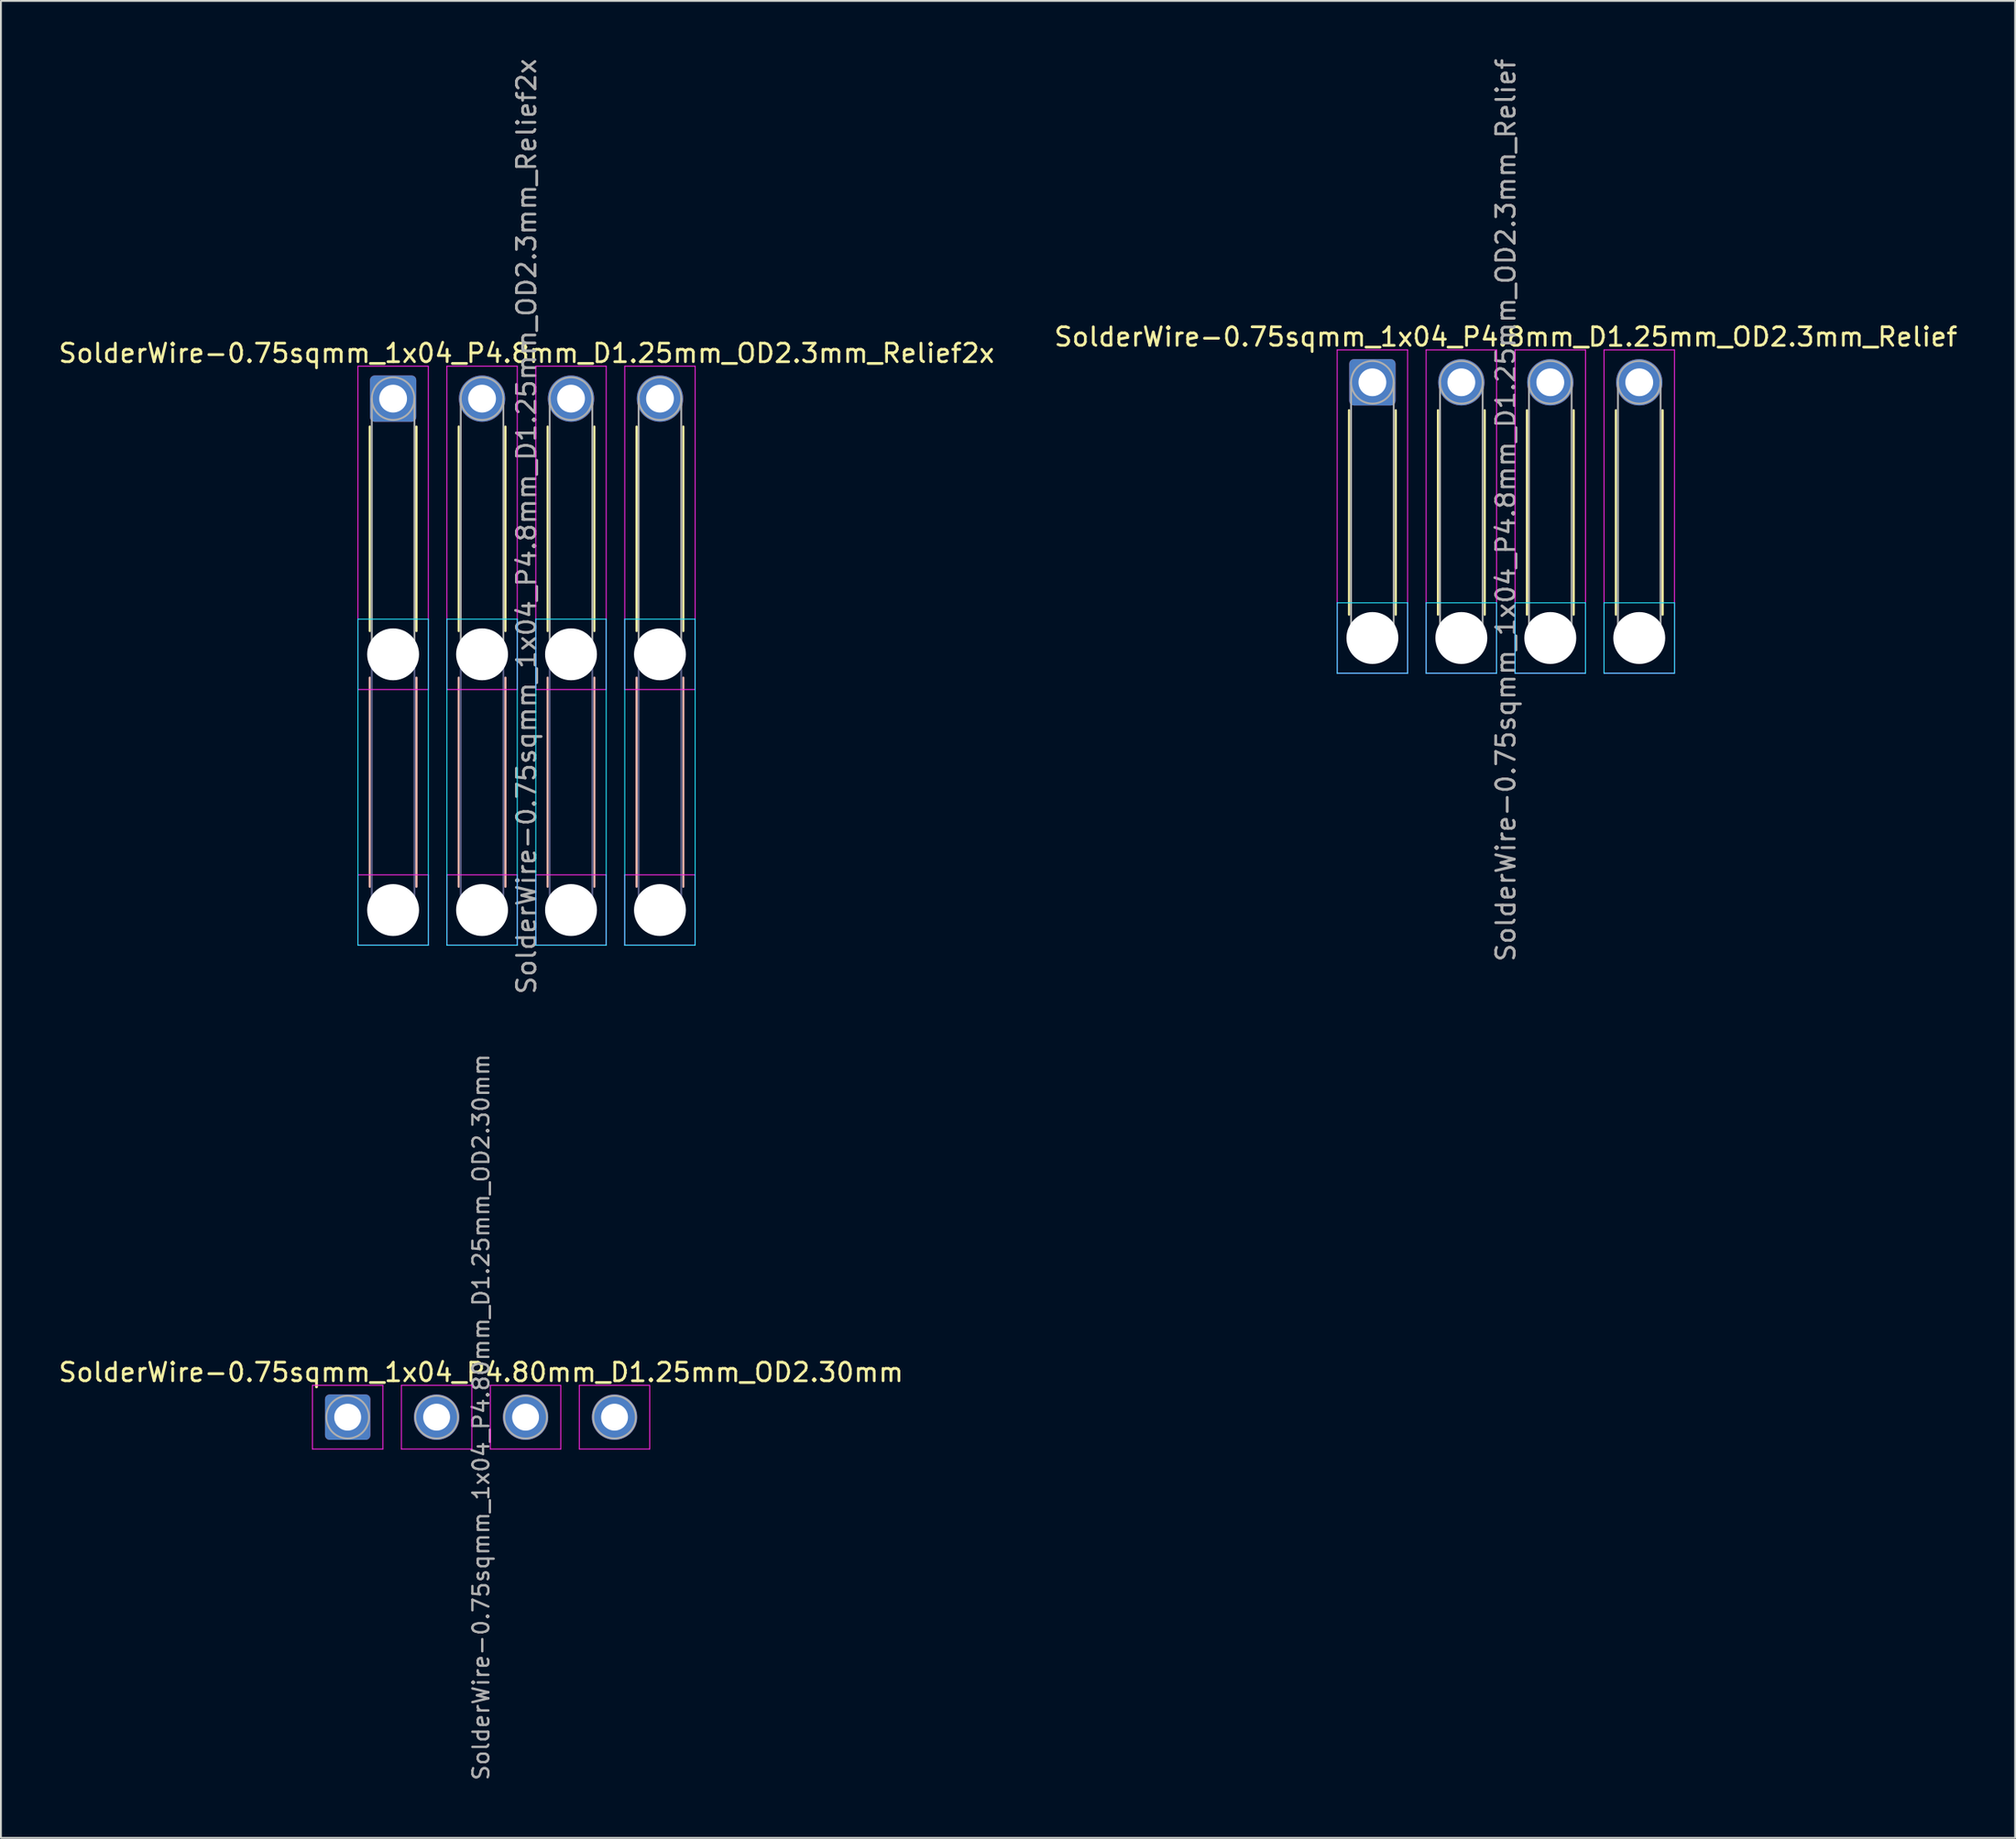
<source format=kicad_pcb>
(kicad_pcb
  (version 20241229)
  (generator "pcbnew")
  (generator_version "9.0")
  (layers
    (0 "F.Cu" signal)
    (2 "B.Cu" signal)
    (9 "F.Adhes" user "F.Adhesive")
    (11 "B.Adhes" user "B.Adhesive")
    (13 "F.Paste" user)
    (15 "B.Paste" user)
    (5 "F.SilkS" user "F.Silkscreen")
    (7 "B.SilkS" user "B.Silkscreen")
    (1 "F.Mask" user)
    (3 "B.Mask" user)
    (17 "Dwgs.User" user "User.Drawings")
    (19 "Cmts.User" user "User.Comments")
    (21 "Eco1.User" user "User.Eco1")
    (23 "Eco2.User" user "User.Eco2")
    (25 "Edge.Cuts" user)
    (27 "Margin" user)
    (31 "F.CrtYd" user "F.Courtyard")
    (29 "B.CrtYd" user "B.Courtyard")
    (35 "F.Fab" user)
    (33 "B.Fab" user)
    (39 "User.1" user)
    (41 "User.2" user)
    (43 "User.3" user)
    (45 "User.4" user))
  (footprint "SolderWire-0.75sqmm_1x04_P4.8mm_D1.25mm_OD2.3mm_Relief"
    (layer "F.Cu")
    (at 71.008 17.582)
    (property "Reference" "SolderWire-0.75sqmm_1x04_P4.8mm_D1.25mm_OD2.3mm_Relief" (at 7.2 -2.45 0) (layer "F.SilkS") (effects (font (size 1 1) (thickness 0.15))))
    (attr exclude_from_pos_files exclude_from_bom)
    (fp_line (start -1.26 1.51) (end -1.26 12.54) (stroke (width 0.12) (type solid)) (layer "F.SilkS"))
    (fp_line (start 1.26 1.51) (end 1.26 12.54) (stroke (width 0.12) (type solid)) (layer "F.SilkS"))
    (fp_line (start 3.54 1.51) (end 3.54 12.54) (stroke (width 0.12) (type solid)) (layer "F.SilkS"))
    (fp_line (start 6.06 1.51) (end 6.06 12.54) (stroke (width 0.12) (type solid)) (layer "F.SilkS"))
    (fp_line (start 8.34 1.51) (end 8.34 12.54) (stroke (width 0.12) (type solid)) (layer "F.SilkS"))
    (fp_line (start 10.86 1.51) (end 10.86 12.54) (stroke (width 0.12) (type solid)) (layer "F.SilkS"))
    (fp_line (start 13.14 1.51) (end 13.14 12.54) (stroke (width 0.12) (type solid)) (layer "F.SilkS"))
    (fp_line (start 15.66 1.51) (end 15.66 12.54) (stroke (width 0.12) (type solid)) (layer "F.SilkS"))
    (fp_line (start -1.9 11.9) (end -1.9 15.7) (stroke (width 0.05) (type solid)) (layer "B.CrtYd"))
    (fp_line (start -1.9 15.7) (end 1.9 15.7) (stroke (width 0.05) (type solid)) (layer "B.CrtYd"))
    (fp_line (start 1.9 11.9) (end -1.9 11.9) (stroke (width 0.05) (type solid)) (layer "B.CrtYd"))
    (fp_line (start 1.9 15.7) (end 1.9 11.9) (stroke (width 0.05) (type solid)) (layer "B.CrtYd"))
    (fp_line (start 2.9 11.9) (end 2.9 15.7) (stroke (width 0.05) (type solid)) (layer "B.CrtYd"))
    (fp_line (start 2.9 15.7) (end 6.7 15.7) (stroke (width 0.05) (type solid)) (layer "B.CrtYd"))
    (fp_line (start 6.7 11.9) (end 2.9 11.9) (stroke (width 0.05) (type solid)) (layer "B.CrtYd"))
    (fp_line (start 6.7 15.7) (end 6.7 11.9) (stroke (width 0.05) (type solid)) (layer "B.CrtYd"))
    (fp_line (start 7.7 11.9) (end 7.7 15.7) (stroke (width 0.05) (type solid)) (layer "B.CrtYd"))
    (fp_line (start 7.7 15.7) (end 11.5 15.7) (stroke (width 0.05) (type solid)) (layer "B.CrtYd"))
    (fp_line (start 11.5 11.9) (end 7.7 11.9) (stroke (width 0.05) (type solid)) (layer "B.CrtYd"))
    (fp_line (start 11.5 15.7) (end 11.5 11.9) (stroke (width 0.05) (type solid)) (layer "B.CrtYd"))
    (fp_line (start 12.5 11.9) (end 12.5 15.7) (stroke (width 0.05) (type solid)) (layer "B.CrtYd"))
    (fp_line (start 12.5 15.7) (end 16.3 15.7) (stroke (width 0.05) (type solid)) (layer "B.CrtYd"))
    (fp_line (start 16.3 11.9) (end 12.5 11.9) (stroke (width 0.05) (type solid)) (layer "B.CrtYd"))
    (fp_line (start 16.3 15.7) (end 16.3 11.9) (stroke (width 0.05) (type solid)) (layer "B.CrtYd"))
    (fp_line (start -1.9 -1.75) (end -1.9 15.7) (stroke (width 0.05) (type solid)) (layer "F.CrtYd"))
    (fp_line (start -1.9 15.7) (end 1.9 15.7) (stroke (width 0.05) (type solid)) (layer "F.CrtYd"))
    (fp_line (start 1.9 -1.75) (end -1.9 -1.75) (stroke (width 0.05) (type solid)) (layer "F.CrtYd"))
    (fp_line (start 1.9 15.7) (end 1.9 -1.75) (stroke (width 0.05) (type solid)) (layer "F.CrtYd"))
    (fp_line (start 2.9 -1.75) (end 2.9 15.7) (stroke (width 0.05) (type solid)) (layer "F.CrtYd"))
    (fp_line (start 2.9 15.7) (end 6.7 15.7) (stroke (width 0.05) (type solid)) (layer "F.CrtYd"))
    (fp_line (start 6.7 -1.75) (end 2.9 -1.75) (stroke (width 0.05) (type solid)) (layer "F.CrtYd"))
    (fp_line (start 6.7 15.7) (end 6.7 -1.75) (stroke (width 0.05) (type solid)) (layer "F.CrtYd"))
    (fp_line (start 7.7 -1.75) (end 7.7 15.7) (stroke (width 0.05) (type solid)) (layer "F.CrtYd"))
    (fp_line (start 7.7 15.7) (end 11.5 15.7) (stroke (width 0.05) (type solid)) (layer "F.CrtYd"))
    (fp_line (start 11.5 -1.75) (end 7.7 -1.75) (stroke (width 0.05) (type solid)) (layer "F.CrtYd"))
    (fp_line (start 11.5 15.7) (end 11.5 -1.75) (stroke (width 0.05) (type solid)) (layer "F.CrtYd"))
    (fp_line (start 12.5 -1.75) (end 12.5 15.7) (stroke (width 0.05) (type solid)) (layer "F.CrtYd"))
    (fp_line (start 12.5 15.7) (end 16.3 15.7) (stroke (width 0.05) (type solid)) (layer "F.CrtYd"))
    (fp_line (start 16.3 -1.75) (end 12.5 -1.75) (stroke (width 0.05) (type solid)) (layer "F.CrtYd"))
    (fp_line (start 16.3 15.7) (end 16.3 -1.75) (stroke (width 0.05) (type solid)) (layer "F.CrtYd"))
    (fp_line (start -1.15 0) (end -1.15 13.8) (stroke (width 0.1) (type solid)) (layer "F.Fab"))
    (fp_line (start 1.15 0) (end 1.15 13.8) (stroke (width 0.1) (type solid)) (layer "F.Fab"))
    (fp_line (start 3.65 0) (end 3.65 13.8) (stroke (width 0.1) (type solid)) (layer "F.Fab"))
    (fp_line (start 5.95 0) (end 5.95 13.8) (stroke (width 0.1) (type solid)) (layer "F.Fab"))
    (fp_line (start 8.45 0) (end 8.45 13.8) (stroke (width 0.1) (type solid)) (layer "F.Fab"))
    (fp_line (start 10.75 0) (end 10.75 13.8) (stroke (width 0.1) (type solid)) (layer "F.Fab"))
    (fp_line (start 13.25 0) (end 13.25 13.8) (stroke (width 0.1) (type solid)) (layer "F.Fab"))
    (fp_line (start 15.55 0) (end 15.55 13.8) (stroke (width 0.1) (type solid)) (layer "F.Fab"))
    (fp_circle (center 0 0) (end 1.15 0) (stroke (width 0.1) (type solid)) (fill no) (layer "F.Fab"))
    (fp_circle (center 0 13.8) (end 1.15 13.8) (stroke (width 0.1) (type solid)) (fill no) (layer "F.Fab"))
    (fp_circle (center 4.8 0) (end 5.95 0) (stroke (width 0.1) (type solid)) (fill no) (layer "F.Fab"))
    (fp_circle (center 4.8 13.8) (end 5.95 13.8) (stroke (width 0.1) (type solid)) (fill no) (layer "F.Fab"))
    (fp_circle (center 9.6 0) (end 10.75 0) (stroke (width 0.1) (type solid)) (fill no) (layer "F.Fab"))
    (fp_circle (center 9.6 13.8) (end 10.75 13.8) (stroke (width 0.1) (type solid)) (fill no) (layer "F.Fab"))
    (fp_circle (center 14.4 0) (end 15.55 0) (stroke (width 0.1) (type solid)) (fill no) (layer "F.Fab"))
    (fp_circle (center 14.4 13.8) (end 15.55 13.8) (stroke (width 0.1) (type solid)) (fill no) (layer "F.Fab"))
    (fp_text user "${REFERENCE}" (at 7.2 6.9 90) (layer "F.Fab") (effects (font (size 1 1) (thickness 0.15))))
    (pad "" np_thru_hole circle (at 0 13.8) (size 2.8 2.8) (drill 2.8) (layers "*.Cu" "*.Mask"))
    (pad "" np_thru_hole circle (at 4.8 13.8) (size 2.8 2.8) (drill 2.8) (layers "*.Cu" "*.Mask"))
    (pad "" np_thru_hole circle (at 9.6 13.8) (size 2.8 2.8) (drill 2.8) (layers "*.Cu" "*.Mask"))
    (pad "" np_thru_hole circle (at 14.4 13.8) (size 2.8 2.8) (drill 2.8) (layers "*.Cu" "*.Mask"))
    (pad "1" thru_hole roundrect (at 0 0) (size 2.5 2.5) (drill 1.5) (layers "*.Cu" "*.Mask") (roundrect_rratio 0.1))
    (pad "2" thru_hole circle (at 4.8 0) (size 2.5 2.5) (drill 1.5) (layers "*.Cu" "*.Mask"))
    (pad "3" thru_hole circle (at 9.6 0) (size 2.5 2.5) (drill 1.5) (layers "*.Cu" "*.Mask"))
    (pad "4" thru_hole circle (at 14.4 0) (size 2.5 2.5) (drill 1.5) (layers "*.Cu" "*.Mask")))
  (footprint "SolderWire-0.75sqmm_1x04_P4.80mm_D1.25mm_OD2.30mm"
    (layer "F.Cu")
    (at 15.711 73.431)
    (property "Reference" "SolderWire-0.75sqmm_1x04_P4.80mm_D1.25mm_OD2.30mm" (at 7.2 -2.42 0) (layer "F.SilkS") (effects (font (size 1 1) (thickness 0.15))))
    (attr exclude_from_pos_files exclude_from_bom)
    (fp_line (start -1.9 -1.72) (end -1.9 1.72) (stroke (width 0.05) (type solid)) (layer "F.CrtYd"))
    (fp_line (start -1.9 1.72) (end 1.9 1.72) (stroke (width 0.05) (type solid)) (layer "F.CrtYd"))
    (fp_line (start 1.9 -1.72) (end -1.9 -1.72) (stroke (width 0.05) (type solid)) (layer "F.CrtYd"))
    (fp_line (start 1.9 1.72) (end 1.9 -1.72) (stroke (width 0.05) (type solid)) (layer "F.CrtYd"))
    (fp_line (start 2.9 -1.72) (end 2.9 1.72) (stroke (width 0.05) (type solid)) (layer "F.CrtYd"))
    (fp_line (start 2.9 1.72) (end 6.7 1.72) (stroke (width 0.05) (type solid)) (layer "F.CrtYd"))
    (fp_line (start 6.7 -1.72) (end 2.9 -1.72) (stroke (width 0.05) (type solid)) (layer "F.CrtYd"))
    (fp_line (start 6.7 1.72) (end 6.7 -1.72) (stroke (width 0.05) (type solid)) (layer "F.CrtYd"))
    (fp_line (start 7.7 -1.72) (end 7.7 1.72) (stroke (width 0.05) (type solid)) (layer "F.CrtYd"))
    (fp_line (start 7.7 1.72) (end 11.5 1.72) (stroke (width 0.05) (type solid)) (layer "F.CrtYd"))
    (fp_line (start 11.5 -1.72) (end 7.7 -1.72) (stroke (width 0.05) (type solid)) (layer "F.CrtYd"))
    (fp_line (start 11.5 1.72) (end 11.5 -1.72) (stroke (width 0.05) (type solid)) (layer "F.CrtYd"))
    (fp_line (start 12.5 -1.72) (end 12.5 1.72) (stroke (width 0.05) (type solid)) (layer "F.CrtYd"))
    (fp_line (start 12.5 1.72) (end 16.3 1.72) (stroke (width 0.05) (type solid)) (layer "F.CrtYd"))
    (fp_line (start 16.3 -1.72) (end 12.5 -1.72) (stroke (width 0.05) (type solid)) (layer "F.CrtYd"))
    (fp_line (start 16.3 1.72) (end 16.3 -1.72) (stroke (width 0.05) (type solid)) (layer "F.CrtYd"))
    (fp_circle (center 0 0) (end 1.15 0) (stroke (width 0.1) (type solid)) (fill no) (layer "F.Fab"))
    (fp_circle (center 4.8 0) (end 5.95 0) (stroke (width 0.1) (type solid)) (fill no) (layer "F.Fab"))
    (fp_circle (center 9.6 0) (end 10.75 0) (stroke (width 0.1) (type solid)) (fill no) (layer "F.Fab"))
    (fp_circle (center 14.4 0) (end 15.55 0) (stroke (width 0.1) (type solid)) (fill no) (layer "F.Fab"))
    (fp_text user "${REFERENCE}" (at 7.2 0 90) (layer "F.Fab") (effects (font (size 0.86 0.86) (thickness 0.13))))
    (pad "1" thru_hole roundrect (at 0 0) (size 2.45 2.45) (drill 1.45) (layers "*.Cu" "*.Mask") (roundrect_rratio 0.102))
    (pad "2" thru_hole circle (at 4.8 0) (size 2.45 2.45) (drill 1.45) (layers "*.Cu" "*.Mask"))
    (pad "3" thru_hole circle (at 9.6 0) (size 2.45 2.45) (drill 1.45) (layers "*.Cu" "*.Mask"))
    (pad "4" thru_hole circle (at 14.4 0) (size 2.45 2.45) (drill 1.45) (layers "*.Cu" "*.Mask")))
  (footprint "SolderWire-0.75sqmm_1x04_P4.8mm_D1.25mm_OD2.3mm_Relief2x"
    (layer "F.Cu")
    (at 18.163 18.463)
    (property "Reference" "SolderWire-0.75sqmm_1x04_P4.8mm_D1.25mm_OD2.3mm_Relief2x" (at 7.2 -2.45 0) (layer "F.SilkS") (effects (font (size 1 1) (thickness 0.15))))
    (attr exclude_from_pos_files exclude_from_bom)
    (fp_line (start -1.26 1.51) (end -1.26 12.54) (stroke (width 0.12) (type solid)) (layer "F.SilkS"))
    (fp_line (start 1.26 1.51) (end 1.26 12.54) (stroke (width 0.12) (type solid)) (layer "F.SilkS"))
    (fp_line (start 3.54 1.51) (end 3.54 12.54) (stroke (width 0.12) (type solid)) (layer "F.SilkS"))
    (fp_line (start 6.06 1.51) (end 6.06 12.54) (stroke (width 0.12) (type solid)) (layer "F.SilkS"))
    (fp_line (start 8.34 1.51) (end 8.34 12.54) (stroke (width 0.12) (type solid)) (layer "F.SilkS"))
    (fp_line (start 10.86 1.51) (end 10.86 12.54) (stroke (width 0.12) (type solid)) (layer "F.SilkS"))
    (fp_line (start 13.14 1.51) (end 13.14 12.54) (stroke (width 0.12) (type solid)) (layer "F.SilkS"))
    (fp_line (start 15.66 1.51) (end 15.66 12.54) (stroke (width 0.12) (type solid)) (layer "F.SilkS"))
    (fp_line (start -1.26 15.06) (end -1.26 26.34) (stroke (width 0.12) (type solid)) (layer "B.SilkS"))
    (fp_line (start 1.26 15.06) (end 1.26 26.34) (stroke (width 0.12) (type solid)) (layer "B.SilkS"))
    (fp_line (start 3.54 15.06) (end 3.54 26.34) (stroke (width 0.12) (type solid)) (layer "B.SilkS"))
    (fp_line (start 6.06 15.06) (end 6.06 26.34) (stroke (width 0.12) (type solid)) (layer "B.SilkS"))
    (fp_line (start 8.34 15.06) (end 8.34 26.34) (stroke (width 0.12) (type solid)) (layer "B.SilkS"))
    (fp_line (start 10.86 15.06) (end 10.86 26.34) (stroke (width 0.12) (type solid)) (layer "B.SilkS"))
    (fp_line (start 13.14 15.06) (end 13.14 26.34) (stroke (width 0.12) (type solid)) (layer "B.SilkS"))
    (fp_line (start 15.66 15.06) (end 15.66 26.34) (stroke (width 0.12) (type solid)) (layer "B.SilkS"))
    (fp_line (start -1.9 11.9) (end -1.9 29.5) (stroke (width 0.05) (type solid)) (layer "B.CrtYd"))
    (fp_line (start -1.9 29.5) (end 1.9 29.5) (stroke (width 0.05) (type solid)) (layer "B.CrtYd"))
    (fp_line (start 1.9 11.9) (end -1.9 11.9) (stroke (width 0.05) (type solid)) (layer "B.CrtYd"))
    (fp_line (start 1.9 29.5) (end 1.9 11.9) (stroke (width 0.05) (type solid)) (layer "B.CrtYd"))
    (fp_line (start 2.9 11.9) (end 2.9 29.5) (stroke (width 0.05) (type solid)) (layer "B.CrtYd"))
    (fp_line (start 2.9 29.5) (end 6.7 29.5) (stroke (width 0.05) (type solid)) (layer "B.CrtYd"))
    (fp_line (start 6.7 11.9) (end 2.9 11.9) (stroke (width 0.05) (type solid)) (layer "B.CrtYd"))
    (fp_line (start 6.7 29.5) (end 6.7 11.9) (stroke (width 0.05) (type solid)) (layer "B.CrtYd"))
    (fp_line (start 7.7 11.9) (end 7.7 29.5) (stroke (width 0.05) (type solid)) (layer "B.CrtYd"))
    (fp_line (start 7.7 29.5) (end 11.5 29.5) (stroke (width 0.05) (type solid)) (layer "B.CrtYd"))
    (fp_line (start 11.5 11.9) (end 7.7 11.9) (stroke (width 0.05) (type solid)) (layer "B.CrtYd"))
    (fp_line (start 11.5 29.5) (end 11.5 11.9) (stroke (width 0.05) (type solid)) (layer "B.CrtYd"))
    (fp_line (start 12.5 11.9) (end 12.5 29.5) (stroke (width 0.05) (type solid)) (layer "B.CrtYd"))
    (fp_line (start 12.5 29.5) (end 16.3 29.5) (stroke (width 0.05) (type solid)) (layer "B.CrtYd"))
    (fp_line (start 16.3 11.9) (end 12.5 11.9) (stroke (width 0.05) (type solid)) (layer "B.CrtYd"))
    (fp_line (start 16.3 29.5) (end 16.3 11.9) (stroke (width 0.05) (type solid)) (layer "B.CrtYd"))
    (fp_line (start -1.9 -1.75) (end -1.9 15.7) (stroke (width 0.05) (type solid)) (layer "F.CrtYd"))
    (fp_line (start -1.9 15.7) (end 1.9 15.7) (stroke (width 0.05) (type solid)) (layer "F.CrtYd"))
    (fp_line (start -1.9 25.7) (end -1.9 29.5) (stroke (width 0.05) (type solid)) (layer "F.CrtYd"))
    (fp_line (start -1.9 29.5) (end 1.9 29.5) (stroke (width 0.05) (type solid)) (layer "F.CrtYd"))
    (fp_line (start 1.9 -1.75) (end -1.9 -1.75) (stroke (width 0.05) (type solid)) (layer "F.CrtYd"))
    (fp_line (start 1.9 15.7) (end 1.9 -1.75) (stroke (width 0.05) (type solid)) (layer "F.CrtYd"))
    (fp_line (start 1.9 25.7) (end -1.9 25.7) (stroke (width 0.05) (type solid)) (layer "F.CrtYd"))
    (fp_line (start 1.9 29.5) (end 1.9 25.7) (stroke (width 0.05) (type solid)) (layer "F.CrtYd"))
    (fp_line (start 2.9 -1.75) (end 2.9 15.7) (stroke (width 0.05) (type solid)) (layer "F.CrtYd"))
    (fp_line (start 2.9 15.7) (end 6.7 15.7) (stroke (width 0.05) (type solid)) (layer "F.CrtYd"))
    (fp_line (start 2.9 25.7) (end 2.9 29.5) (stroke (width 0.05) (type solid)) (layer "F.CrtYd"))
    (fp_line (start 2.9 29.5) (end 6.7 29.5) (stroke (width 0.05) (type solid)) (layer "F.CrtYd"))
    (fp_line (start 6.7 -1.75) (end 2.9 -1.75) (stroke (width 0.05) (type solid)) (layer "F.CrtYd"))
    (fp_line (start 6.7 15.7) (end 6.7 -1.75) (stroke (width 0.05) (type solid)) (layer "F.CrtYd"))
    (fp_line (start 6.7 25.7) (end 2.9 25.7) (stroke (width 0.05) (type solid)) (layer "F.CrtYd"))
    (fp_line (start 6.7 29.5) (end 6.7 25.7) (stroke (width 0.05) (type solid)) (layer "F.CrtYd"))
    (fp_line (start 7.7 -1.75) (end 7.7 15.7) (stroke (width 0.05) (type solid)) (layer "F.CrtYd"))
    (fp_line (start 7.7 15.7) (end 11.5 15.7) (stroke (width 0.05) (type solid)) (layer "F.CrtYd"))
    (fp_line (start 7.7 25.7) (end 7.7 29.5) (stroke (width 0.05) (type solid)) (layer "F.CrtYd"))
    (fp_line (start 7.7 29.5) (end 11.5 29.5) (stroke (width 0.05) (type solid)) (layer "F.CrtYd"))
    (fp_line (start 11.5 -1.75) (end 7.7 -1.75) (stroke (width 0.05) (type solid)) (layer "F.CrtYd"))
    (fp_line (start 11.5 15.7) (end 11.5 -1.75) (stroke (width 0.05) (type solid)) (layer "F.CrtYd"))
    (fp_line (start 11.5 25.7) (end 7.7 25.7) (stroke (width 0.05) (type solid)) (layer "F.CrtYd"))
    (fp_line (start 11.5 29.5) (end 11.5 25.7) (stroke (width 0.05) (type solid)) (layer "F.CrtYd"))
    (fp_line (start 12.5 -1.75) (end 12.5 15.7) (stroke (width 0.05) (type solid)) (layer "F.CrtYd"))
    (fp_line (start 12.5 15.7) (end 16.3 15.7) (stroke (width 0.05) (type solid)) (layer "F.CrtYd"))
    (fp_line (start 12.5 25.7) (end 12.5 29.5) (stroke (width 0.05) (type solid)) (layer "F.CrtYd"))
    (fp_line (start 12.5 29.5) (end 16.3 29.5) (stroke (width 0.05) (type solid)) (layer "F.CrtYd"))
    (fp_line (start 16.3 -1.75) (end 12.5 -1.75) (stroke (width 0.05) (type solid)) (layer "F.CrtYd"))
    (fp_line (start 16.3 15.7) (end 16.3 -1.75) (stroke (width 0.05) (type solid)) (layer "F.CrtYd"))
    (fp_line (start 16.3 25.7) (end 12.5 25.7) (stroke (width 0.05) (type solid)) (layer "F.CrtYd"))
    (fp_line (start 16.3 29.5) (end 16.3 25.7) (stroke (width 0.05) (type solid)) (layer "F.CrtYd"))
    (fp_line (start -1.15 13.8) (end -1.15 27.6) (stroke (width 0.1) (type solid)) (layer "B.Fab"))
    (fp_line (start 1.15 13.8) (end 1.15 27.6) (stroke (width 0.1) (type solid)) (layer "B.Fab"))
    (fp_line (start 3.65 13.8) (end 3.65 27.6) (stroke (width 0.1) (type solid)) (layer "B.Fab"))
    (fp_line (start 5.95 13.8) (end 5.95 27.6) (stroke (width 0.1) (type solid)) (layer "B.Fab"))
    (fp_line (start 8.45 13.8) (end 8.45 27.6) (stroke (width 0.1) (type solid)) (layer "B.Fab"))
    (fp_line (start 10.75 13.8) (end 10.75 27.6) (stroke (width 0.1) (type solid)) (layer "B.Fab"))
    (fp_line (start 13.25 13.8) (end 13.25 27.6) (stroke (width 0.1) (type solid)) (layer "B.Fab"))
    (fp_line (start 15.55 13.8) (end 15.55 27.6) (stroke (width 0.1) (type solid)) (layer "B.Fab"))
    (fp_circle (center 0 13.8) (end 1.15 13.8) (stroke (width 0.1) (type solid)) (fill no) (layer "B.Fab"))
    (fp_circle (center 0 27.6) (end 1.15 27.6) (stroke (width 0.1) (type solid)) (fill no) (layer "B.Fab"))
    (fp_circle (center 4.8 13.8) (end 5.95 13.8) (stroke (width 0.1) (type solid)) (fill no) (layer "B.Fab"))
    (fp_circle (center 4.8 27.6) (end 5.95 27.6) (stroke (width 0.1) (type solid)) (fill no) (layer "B.Fab"))
    (fp_circle (center 9.6 13.8) (end 10.75 13.8) (stroke (width 0.1) (type solid)) (fill no) (layer "B.Fab"))
    (fp_circle (center 9.6 27.6) (end 10.75 27.6) (stroke (width 0.1) (type solid)) (fill no) (layer "B.Fab"))
    (fp_circle (center 14.4 13.8) (end 15.55 13.8) (stroke (width 0.1) (type solid)) (fill no) (layer "B.Fab"))
    (fp_circle (center 14.4 27.6) (end 15.55 27.6) (stroke (width 0.1) (type solid)) (fill no) (layer "B.Fab"))
    (fp_line (start -1.15 0) (end -1.15 13.8) (stroke (width 0.1) (type solid)) (layer "F.Fab"))
    (fp_line (start 1.15 0) (end 1.15 13.8) (stroke (width 0.1) (type solid)) (layer "F.Fab"))
    (fp_line (start 3.65 0) (end 3.65 13.8) (stroke (width 0.1) (type solid)) (layer "F.Fab"))
    (fp_line (start 5.95 0) (end 5.95 13.8) (stroke (width 0.1) (type solid)) (layer "F.Fab"))
    (fp_line (start 8.45 0) (end 8.45 13.8) (stroke (width 0.1) (type solid)) (layer "F.Fab"))
    (fp_line (start 10.75 0) (end 10.75 13.8) (stroke (width 0.1) (type solid)) (layer "F.Fab"))
    (fp_line (start 13.25 0) (end 13.25 13.8) (stroke (width 0.1) (type solid)) (layer "F.Fab"))
    (fp_line (start 15.55 0) (end 15.55 13.8) (stroke (width 0.1) (type solid)) (layer "F.Fab"))
    (fp_circle (center 0 0) (end 1.15 0) (stroke (width 0.1) (type solid)) (fill no) (layer "F.Fab"))
    (fp_circle (center 0 13.8) (end 1.15 13.8) (stroke (width 0.1) (type solid)) (fill no) (layer "F.Fab"))
    (fp_circle (center 0 27.6) (end 1.15 27.6) (stroke (width 0.1) (type solid)) (fill no) (layer "F.Fab"))
    (fp_circle (center 4.8 0) (end 5.95 0) (stroke (width 0.1) (type solid)) (fill no) (layer "F.Fab"))
    (fp_circle (center 4.8 13.8) (end 5.95 13.8) (stroke (width 0.1) (type solid)) (fill no) (layer "F.Fab"))
    (fp_circle (center 4.8 27.6) (end 5.95 27.6) (stroke (width 0.1) (type solid)) (fill no) (layer "F.Fab"))
    (fp_circle (center 9.6 0) (end 10.75 0) (stroke (width 0.1) (type solid)) (fill no) (layer "F.Fab"))
    (fp_circle (center 9.6 13.8) (end 10.75 13.8) (stroke (width 0.1) (type solid)) (fill no) (layer "F.Fab"))
    (fp_circle (center 9.6 27.6) (end 10.75 27.6) (stroke (width 0.1) (type solid)) (fill no) (layer "F.Fab"))
    (fp_circle (center 14.4 0) (end 15.55 0) (stroke (width 0.1) (type solid)) (fill no) (layer "F.Fab"))
    (fp_circle (center 14.4 13.8) (end 15.55 13.8) (stroke (width 0.1) (type solid)) (fill no) (layer "F.Fab"))
    (fp_circle (center 14.4 27.6) (end 15.55 27.6) (stroke (width 0.1) (type solid)) (fill no) (layer "F.Fab"))
    (fp_text user "${REFERENCE}" (at 7.2 6.9 90) (layer "F.Fab") (effects (font (size 1 1) (thickness 0.15))))
    (pad "" np_thru_hole circle (at 0 13.8) (size 2.8 2.8) (drill 2.8) (layers "*.Cu" "*.Mask"))
    (pad "" np_thru_hole circle (at 0 27.6) (size 2.8 2.8) (drill 2.8) (layers "*.Cu" "*.Mask"))
    (pad "" np_thru_hole circle (at 4.8 13.8) (size 2.8 2.8) (drill 2.8) (layers "*.Cu" "*.Mask"))
    (pad "" np_thru_hole circle (at 4.8 27.6) (size 2.8 2.8) (drill 2.8) (layers "*.Cu" "*.Mask"))
    (pad "" np_thru_hole circle (at 9.6 13.8) (size 2.8 2.8) (drill 2.8) (layers "*.Cu" "*.Mask"))
    (pad "" np_thru_hole circle (at 9.6 27.6) (size 2.8 2.8) (drill 2.8) (layers "*.Cu" "*.Mask"))
    (pad "" np_thru_hole circle (at 14.4 13.8) (size 2.8 2.8) (drill 2.8) (layers "*.Cu" "*.Mask"))
    (pad "" np_thru_hole circle (at 14.4 27.6) (size 2.8 2.8) (drill 2.8) (layers "*.Cu" "*.Mask"))
    (pad "1" thru_hole roundrect (at 0 0) (size 2.5 2.5) (drill 1.5) (layers "*.Cu" "*.Mask") (roundrect_rratio 0.1))
    (pad "2" thru_hole circle (at 4.8 0) (size 2.5 2.5) (drill 1.5) (layers "*.Cu" "*.Mask"))
    (pad "3" thru_hole circle (at 9.6 0) (size 2.5 2.5) (drill 1.5) (layers "*.Cu" "*.Mask"))
    (pad "4" thru_hole circle (at 14.4 0) (size 2.5 2.5) (drill 1.5) (layers "*.Cu" "*.Mask")))
  (gr_rect
    (start -3 -3)
    (end 105.69 96.136)
    (stroke (width 0.1) (type default))
    (fill no)
    (layer "Edge.Cuts")))
</source>
